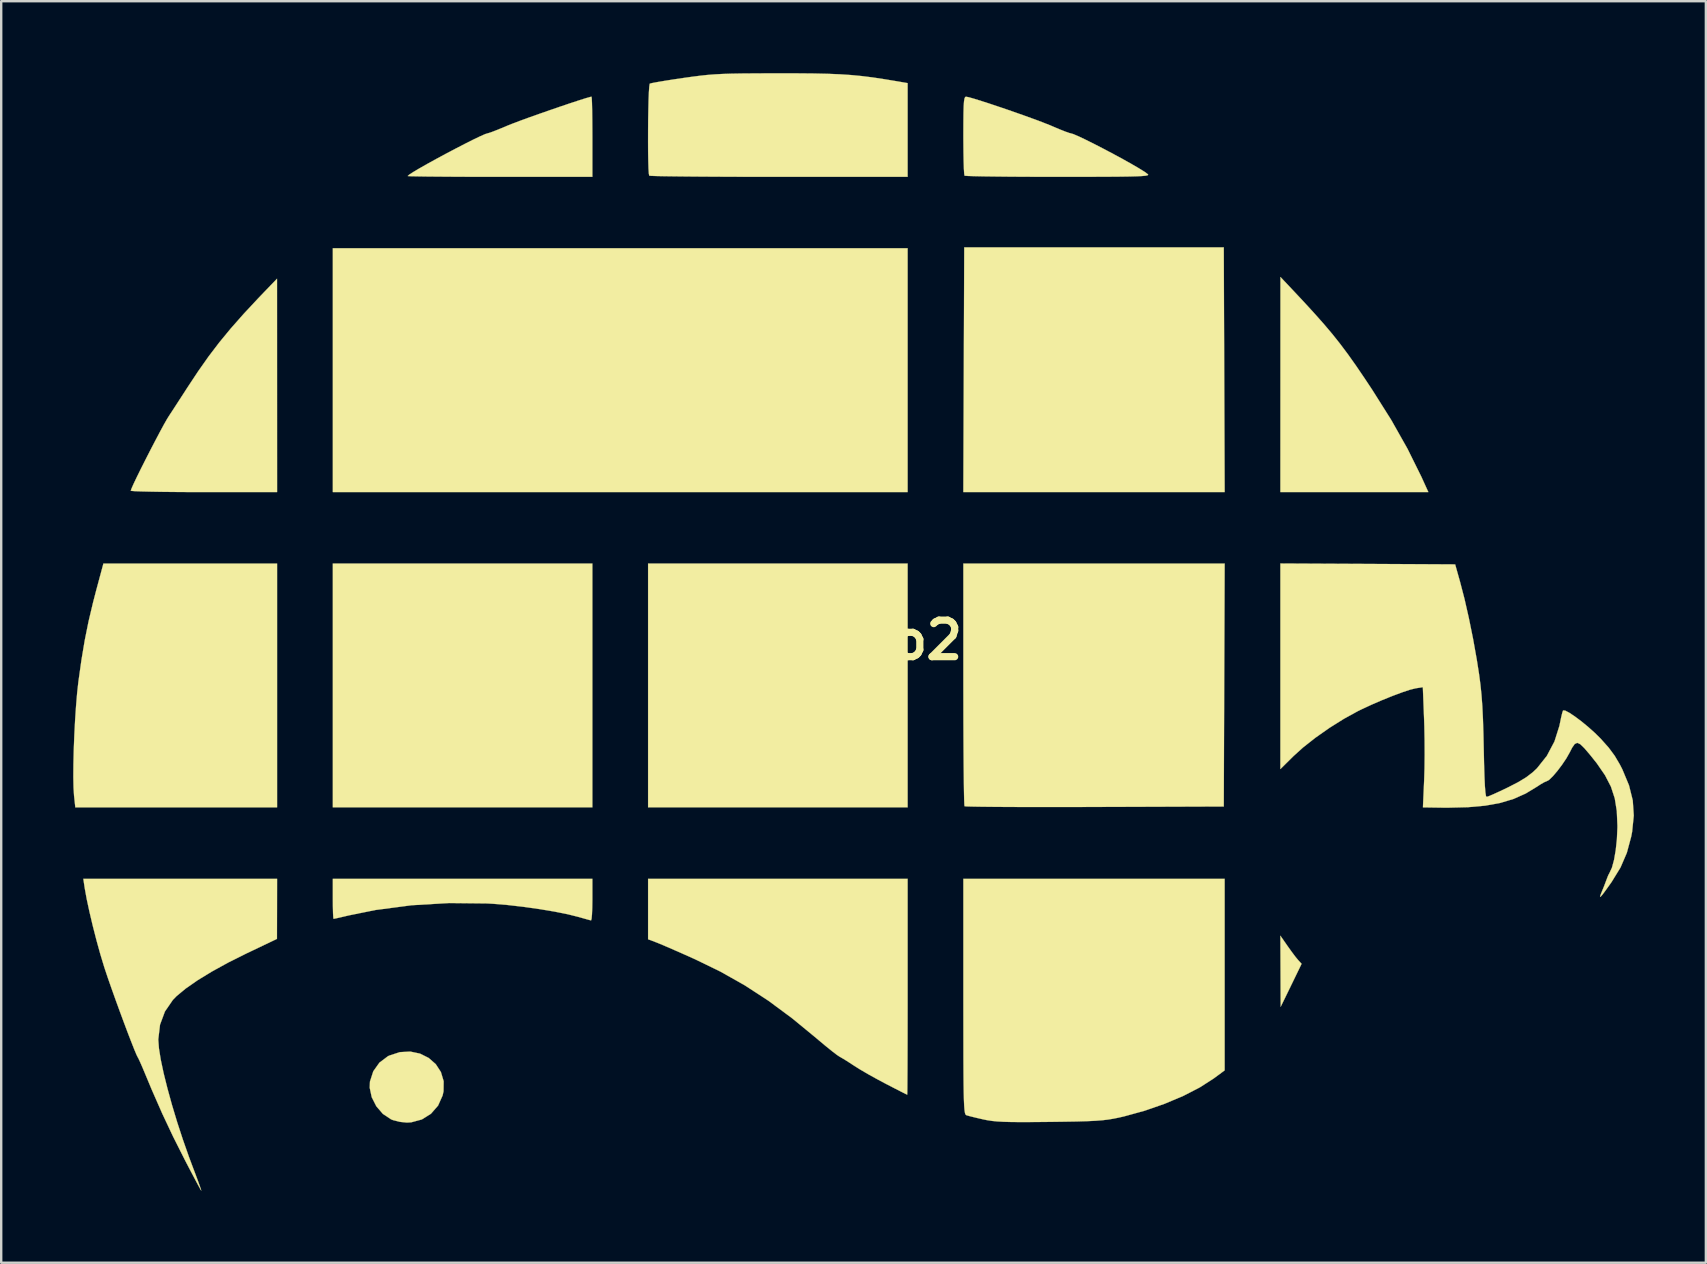
<source format=kicad_pcb>
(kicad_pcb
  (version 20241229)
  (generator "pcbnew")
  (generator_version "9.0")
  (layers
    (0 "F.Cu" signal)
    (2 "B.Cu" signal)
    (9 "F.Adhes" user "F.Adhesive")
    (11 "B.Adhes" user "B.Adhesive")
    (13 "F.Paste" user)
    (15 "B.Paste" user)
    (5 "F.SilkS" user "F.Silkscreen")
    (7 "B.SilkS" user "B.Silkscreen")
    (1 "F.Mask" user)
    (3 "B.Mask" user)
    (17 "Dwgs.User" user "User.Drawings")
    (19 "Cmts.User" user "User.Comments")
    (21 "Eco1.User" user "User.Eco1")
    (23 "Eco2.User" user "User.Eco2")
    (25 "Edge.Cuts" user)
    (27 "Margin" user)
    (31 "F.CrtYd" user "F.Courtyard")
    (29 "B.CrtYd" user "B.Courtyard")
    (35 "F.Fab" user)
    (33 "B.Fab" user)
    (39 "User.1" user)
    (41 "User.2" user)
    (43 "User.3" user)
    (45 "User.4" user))
  (footprint "biglogo2"
    (layer "F.Cu")
    (at 32.08 23.621)
    (property "Reference" "biglogo2" (at 0 0 0) (layer "F.SilkS") (effects (font (size 1.524 1.524) (thickness 0.3))))
    (attr through_hole)
    (fp_poly (pts (xy -10.45 6.967) (xy -21.263 6.967) (xy -21.263 -3.193) (xy -10.45 -3.193) (xy -10.45 6.967)) (stroke (width 0.01) (type solid)) (fill yes) (layer "F.SilkS"))
    (fp_poly (pts (xy 2.685 -6.169) (xy -21.263 -6.169) (xy -21.263 -16.329) (xy 2.685 -16.329) (xy 2.685 -6.169)) (stroke (width 0.01) (type solid)) (fill yes) (layer "F.SilkS"))
    (fp_poly (pts (xy 2.685 6.967) (xy -8.128 6.967) (xy -8.128 -3.193) (xy 2.685 -3.193) (xy 2.685 6.967)) (stroke (width 0.01) (type solid)) (fill yes) (layer "F.SilkS"))
    (fp_poly (pts (xy 15.894 -6.169) (xy 5.006 -6.169) (xy 5.044 -16.365) (xy 15.857 -16.365) (xy 15.894 -6.169)) (stroke (width 0.01) (type solid)) (fill yes) (layer "F.SilkS"))
    (fp_poly (pts (xy 18.513 12.742) (xy 18.685 12.982) (xy 18.844 13.194) (xy 18.955 13.328) (xy 19.099 13.485) (xy 18.664 14.381) (xy 18.228 15.276) (xy 18.222 13.795) (xy 18.215 12.313) (xy 18.513 12.742)) (stroke (width 0.01) (type solid)) (fill yes) (layer "F.SilkS"))
    (fp_poly (pts (xy 18.598 -14.729) (xy 19.149 -14.142) (xy 19.615 -13.634) (xy 20.017 -13.182) (xy 20.372 -12.763) (xy 20.699 -12.352) (xy 21.017 -11.928) (xy 21.345 -11.467) (xy 21.701 -10.944) (xy 22.043 -10.429) (xy 22.833 -9.176) (xy 23.511 -7.975) (xy 24.093 -6.8) (xy 24.124 -6.731) (xy 24.38 -6.169) (xy 18.215 -6.169) (xy 18.218 -15.131) (xy 18.598 -14.729)) (stroke (width 0.01) (type solid)) (fill yes) (layer "F.SilkS"))
    (fp_poly (pts (xy -23.586 6.967) (xy -31.992 6.967) (xy -32.045 6.477) (xy -32.066 6.149) (xy -32.075 5.705) (xy -32.071 5.173) (xy -32.057 4.582) (xy -32.033 3.96) (xy -32.001 3.335) (xy -31.961 2.737) (xy -31.915 2.193) (xy -31.865 1.74) (xy -31.736 0.823) (xy -31.598 -0.000386) (xy -31.44 -0.783) (xy -31.251 -1.578) (xy -31.119 -2.086) (xy -30.821 -3.193) (xy -23.586 -3.193) (xy -23.586 6.967)) (stroke (width 0.01) (type solid)) (fill yes) (layer "F.SilkS"))
    (fp_poly (pts (xy 15.875 1.869) (xy 15.857 6.931) (xy 10.481 6.949) (xy 9.61 6.952) (xy 8.782 6.953) (xy 8.008 6.952) (xy 7.299 6.951) (xy 6.667 6.948) (xy 6.123 6.944) (xy 5.678 6.939) (xy 5.345 6.933) (xy 5.134 6.927) (xy 5.056 6.919) (xy 5.048 6.84) (xy 5.04 6.628) (xy 5.033 6.294) (xy 5.027 5.851) (xy 5.021 5.309) (xy 5.016 4.682) (xy 5.012 3.98) (xy 5.009 3.216) (xy 5.008 2.402) (xy 5.007 1.838) (xy 5.007 -3.193) (xy 15.894 -3.193) (xy 15.875 1.869)) (stroke (width 0.01) (type solid)) (fill yes) (layer "F.SilkS"))
    (fp_poly (pts (xy -17.63 17.227) (xy -17.27 17.407) (xy -16.974 17.666) (xy -16.76 17.994) (xy -16.646 18.375) (xy -16.651 18.796) (xy -16.689 18.97) (xy -16.878 19.392) (xy -17.174 19.731) (xy -17.553 19.969) (xy -17.993 20.088) (xy -18.179 20.099) (xy -18.468 20.07) (xy -18.755 19.997) (xy -18.837 19.965) (xy -19.176 19.74) (xy -19.451 19.421) (xy -19.642 19.044) (xy -19.727 18.647) (xy -19.716 18.391) (xy -19.578 17.963) (xy -19.323 17.603) (xy -18.971 17.338) (xy -18.913 17.309) (xy -18.47 17.165) (xy -18.036 17.142) (xy -17.63 17.227)) (stroke (width 0.01) (type solid)) (fill yes) (layer "F.SilkS"))
    (fp_poly (pts (xy -10.45 10.813) (xy -10.455 11.148) (xy -10.466 11.422) (xy -10.483 11.607) (xy -10.504 11.676) (xy -10.505 11.676) (xy -10.598 11.653) (xy -10.788 11.6) (xy -11.031 11.531) (xy -11.479 11.419) (xy -12.035 11.308) (xy -12.66 11.204) (xy -13.316 11.111) (xy -13.966 11.036) (xy -14.572 10.985) (xy -14.828 10.97) (xy -16.418 10.953) (xy -17.98 11.045) (xy -19.487 11.243) (xy -20.598 11.468) (xy -20.875 11.533) (xy -21.093 11.583) (xy -21.217 11.609) (xy -21.233 11.611) (xy -21.245 11.544) (xy -21.255 11.359) (xy -21.261 11.087) (xy -21.263 10.777) (xy -21.263 9.942) (xy -10.45 9.942) (xy -10.45 10.813)) (stroke (width 0.01) (type solid)) (fill yes) (layer "F.SilkS"))
    (fp_poly (pts (xy -23.587 -10.614) (xy -23.586 -6.169) (xy -26.634 -6.169) (xy -27.283 -6.17) (xy -27.885 -6.174) (xy -28.425 -6.18) (xy -28.887 -6.188) (xy -29.258 -6.197) (xy -29.521 -6.208) (xy -29.662 -6.22) (xy -29.682 -6.227) (xy -29.649 -6.321) (xy -29.56 -6.521) (xy -29.425 -6.804) (xy -29.256 -7.147) (xy -29.064 -7.528) (xy -28.861 -7.925) (xy -28.658 -8.315) (xy -28.467 -8.676) (xy -28.3 -8.985) (xy -28.166 -9.22) (xy -28.099 -9.328) (xy -27.942 -9.568) (xy -27.736 -9.885) (xy -27.508 -10.236) (xy -27.323 -10.523) (xy -26.872 -11.205) (xy -26.436 -11.824) (xy -25.99 -12.409) (xy -25.512 -12.989) (xy -24.978 -13.594) (xy -24.365 -14.251) (xy -24.113 -14.514) (xy -23.588 -15.059) (xy -23.587 -10.614)) (stroke (width 0.01) (type solid)) (fill yes) (layer "F.SilkS"))
    (fp_poly (pts (xy 2.685 14.442) (xy 2.685 15.235) (xy 2.684 15.983) (xy 2.683 16.675) (xy 2.681 17.297) (xy 2.679 17.838) (xy 2.676 18.284) (xy 2.674 18.625) (xy 2.671 18.846) (xy 2.667 18.937) (xy 2.667 18.938) (xy 2.6 18.906) (xy 2.427 18.819) (xy 2.175 18.69) (xy 1.866 18.53) (xy 1.778 18.485) (xy 1.407 18.287) (xy 1.037 18.082) (xy 0.712 17.892) (xy 0.474 17.743) (xy 0.472 17.742) (xy 0.226 17.581) (xy 0.004 17.442) (xy -0.145 17.357) (xy -0.266 17.276) (xy -0.47 17.12) (xy -0.73 16.91) (xy -1.021 16.667) (xy -1.089 16.608) (xy -2.118 15.761) (xy -3.112 15.025) (xy -4.101 14.381) (xy -5.115 13.809) (xy -6.182 13.29) (xy -6.205 13.28) (xy -6.623 13.093) (xy -7.02 12.918) (xy -7.367 12.767) (xy -7.636 12.653) (xy -7.783 12.593) (xy -8.128 12.463) (xy -8.128 9.942) (xy 2.685 9.942) (xy 2.685 14.442)) (stroke (width 0.01) (type solid)) (fill yes) (layer "F.SilkS"))
    (fp_poly (pts (xy 15.893 17.925) (xy 15.44 18.26) (xy 14.863 18.631) (xy 14.171 18.988) (xy 13.394 19.316) (xy 12.563 19.605) (xy 11.706 19.841) (xy 11.479 19.893) (xy 11.255 19.938) (xy 11.033 19.975) (xy 10.79 20.003) (xy 10.506 20.025) (xy 10.159 20.041) (xy 9.729 20.054) (xy 9.194 20.063) (xy 8.6 20.071) (xy 7.953 20.077) (xy 7.431 20.079) (xy 7.014 20.076) (xy 6.683 20.067) (xy 6.416 20.052) (xy 6.196 20.03) (xy 6 20) (xy 5.838 19.967) (xy 5.55 19.901) (xy 5.306 19.841) (xy 5.151 19.798) (xy 5.131 19.791) (xy 5.106 19.774) (xy 5.085 19.736) (xy 5.068 19.666) (xy 5.053 19.554) (xy 5.041 19.391) (xy 5.031 19.165) (xy 5.023 18.868) (xy 5.017 18.488) (xy 5.013 18.015) (xy 5.01 17.439) (xy 5.009 16.751) (xy 5.008 15.939) (xy 5.007 14.994) (xy 5.007 14.843) (xy 5.007 9.942) (xy 15.893 9.942) (xy 15.893 17.925)) (stroke (width 0.01) (type solid)) (fill yes) (layer "F.SilkS"))
    (fp_poly (pts (xy -10.475 -22.573) (xy -10.466 -22.379) (xy -10.459 -22.08) (xy -10.454 -21.697) (xy -10.451 -21.25) (xy -10.45 -20.973) (xy -10.45 -19.304) (xy -14.297 -19.304) (xy -15.028 -19.305) (xy -15.715 -19.306) (xy -16.342 -19.309) (xy -16.897 -19.313) (xy -17.367 -19.317) (xy -17.737 -19.323) (xy -17.995 -19.328) (xy -18.128 -19.335) (xy -18.143 -19.337) (xy -18.081 -19.394) (xy -17.911 -19.505) (xy -17.653 -19.658) (xy -17.327 -19.843) (xy -16.955 -20.048) (xy -16.557 -20.263) (xy -16.155 -20.475) (xy -15.77 -20.674) (xy -15.421 -20.85) (xy -15.131 -20.989) (xy -14.919 -21.083) (xy -14.807 -21.118) (xy -14.805 -21.118) (xy -14.712 -21.145) (xy -14.515 -21.219) (xy -14.247 -21.327) (xy -13.987 -21.436) (xy -13.769 -21.523) (xy -13.461 -21.639) (xy -13.087 -21.776) (xy -12.669 -21.924) (xy -12.231 -22.077) (xy -11.796 -22.227) (xy -11.387 -22.365) (xy -11.028 -22.483) (xy -10.741 -22.574) (xy -10.551 -22.629) (xy -10.485 -22.642) (xy -10.475 -22.573)) (stroke (width 0.01) (type solid)) (fill yes) (layer "F.SilkS"))
    (fp_poly (pts (xy -1.918 -23.615) (xy -1.236 -23.609) (xy -0.649 -23.596) (xy -0.134 -23.575) (xy 0.334 -23.544) (xy 0.781 -23.501) (xy 1.229 -23.445) (xy 1.705 -23.373) (xy 2.232 -23.286) (xy 2.685 -23.208) (xy 2.685 -19.304) (xy -2.673 -19.304) (xy -3.542 -19.305) (xy -4.369 -19.306) (xy -5.141 -19.309) (xy -5.849 -19.313) (xy -6.479 -19.318) (xy -7.022 -19.324) (xy -7.464 -19.33) (xy -7.796 -19.337) (xy -8.005 -19.345) (xy -8.08 -19.352) (xy -8.097 -19.44) (xy -8.111 -19.648) (xy -8.12 -19.953) (xy -8.127 -20.331) (xy -8.129 -20.759) (xy -8.128 -21.214) (xy -8.125 -21.671) (xy -8.117 -22.108) (xy -8.108 -22.5) (xy -8.095 -22.825) (xy -8.079 -23.058) (xy -8.062 -23.177) (xy -8.056 -23.186) (xy -7.964 -23.21) (xy -7.752 -23.25) (xy -7.445 -23.302) (xy -7.066 -23.362) (xy -6.659 -23.422) (xy -6.296 -23.473) (xy -5.974 -23.514) (xy -5.673 -23.547) (xy -5.37 -23.571) (xy -5.042 -23.589) (xy -4.667 -23.601) (xy -4.223 -23.609) (xy -3.689 -23.613) (xy -3.04 -23.616) (xy -2.721 -23.616) (xy -1.918 -23.615)) (stroke (width 0.01) (type solid)) (fill yes) (layer "F.SilkS"))
    (fp_poly (pts (xy 5.236 -22.619) (xy 5.468 -22.553) (xy 5.79 -22.452) (xy 6.178 -22.326) (xy 6.61 -22.181) (xy 7.06 -22.026) (xy 7.507 -21.869) (xy 7.927 -21.717) (xy 8.297 -21.579) (xy 8.593 -21.462) (xy 8.703 -21.416) (xy 8.997 -21.291) (xy 9.246 -21.192) (xy 9.417 -21.131) (xy 9.472 -21.118) (xy 9.589 -21.084) (xy 9.809 -20.99) (xy 10.109 -20.847) (xy 10.468 -20.668) (xy 10.861 -20.465) (xy 11.267 -20.25) (xy 11.664 -20.035) (xy 12.027 -19.831) (xy 12.335 -19.651) (xy 12.565 -19.508) (xy 12.695 -19.411) (xy 12.697 -19.409) (xy 12.707 -19.386) (xy 12.676 -19.366) (xy 12.596 -19.35) (xy 12.455 -19.337) (xy 12.242 -19.326) (xy 11.947 -19.318) (xy 11.559 -19.312) (xy 11.068 -19.308) (xy 10.462 -19.306) (xy 9.732 -19.304) (xy 8.954 -19.304) (xy 8.22 -19.305) (xy 7.53 -19.307) (xy 6.897 -19.311) (xy 6.336 -19.317) (xy 5.86 -19.323) (xy 5.482 -19.331) (xy 5.215 -19.339) (xy 5.075 -19.348) (xy 5.056 -19.352) (xy 5.042 -19.436) (xy 5.029 -19.643) (xy 5.019 -19.953) (xy 5.012 -20.344) (xy 5.008 -20.794) (xy 5.007 -21.022) (xy 5.009 -21.554) (xy 5.013 -21.958) (xy 5.021 -22.251) (xy 5.035 -22.448) (xy 5.055 -22.568) (xy 5.083 -22.627) (xy 5.116 -22.642) (xy 5.236 -22.619)) (stroke (width 0.01) (type solid)) (fill yes) (layer "F.SilkS"))
    (fp_poly (pts (xy -23.588 11.194) (xy -23.591 12.446) (xy -24.877 13.06) (xy -25.627 13.435) (xy -26.306 13.809) (xy -26.9 14.172) (xy -27.393 14.515) (xy -27.771 14.828) (xy -27.926 14.987) (xy -28.259 15.472) (xy -28.463 16.021) (xy -28.535 16.628) (xy -28.535 16.655) (xy -28.508 17.008) (xy -28.433 17.475) (xy -28.314 18.036) (xy -28.156 18.67) (xy -27.967 19.357) (xy -27.75 20.077) (xy -27.511 20.808) (xy -27.257 21.531) (xy -27.12 21.898) (xy -26.985 22.255) (xy -26.872 22.559) (xy -26.791 22.786) (xy -26.749 22.913) (xy -26.746 22.933) (xy -26.784 22.871) (xy -26.878 22.701) (xy -27.017 22.44) (xy -27.192 22.109) (xy -27.391 21.728) (xy -27.415 21.681) (xy -27.913 20.694) (xy -28.366 19.734) (xy -28.805 18.735) (xy -29.067 18.107) (xy -29.188 17.818) (xy -29.292 17.579) (xy -29.366 17.421) (xy -29.389 17.381) (xy -29.442 17.276) (xy -29.534 17.056) (xy -29.658 16.742) (xy -29.807 16.357) (xy -29.971 15.92) (xy -30.143 15.455) (xy -30.315 14.983) (xy -30.478 14.526) (xy -30.626 14.104) (xy -30.748 13.741) (xy -30.792 13.606) (xy -30.949 13.088) (xy -31.109 12.509) (xy -31.264 11.905) (xy -31.403 11.317) (xy -31.518 10.784) (xy -31.598 10.343) (xy -31.607 10.287) (xy -31.658 9.942) (xy -23.586 9.942) (xy -23.588 11.194)) (stroke (width 0.01) (type solid)) (fill yes) (layer "F.SilkS"))
    (fp_poly (pts (xy 21.856 -3.176) (xy 25.497 -3.157) (xy 25.701 -2.431) (xy 25.886 -1.72) (xy 26.07 -0.91) (xy 26.245 -0.047) (xy 26.4 0.822) (xy 26.493 1.415) (xy 26.549 1.841) (xy 26.594 2.276) (xy 26.629 2.748) (xy 26.655 3.286) (xy 26.675 3.919) (xy 26.688 4.518) (xy 26.702 5.173) (xy 26.718 5.691) (xy 26.736 6.078) (xy 26.757 6.342) (xy 26.781 6.49) (xy 26.806 6.531) (xy 26.899 6.501) (xy 27.095 6.418) (xy 27.364 6.295) (xy 27.679 6.144) (xy 27.701 6.134) (xy 28.131 5.912) (xy 28.461 5.711) (xy 28.726 5.508) (xy 28.905 5.34) (xy 29.315 4.825) (xy 29.634 4.223) (xy 29.841 3.57) (xy 29.859 3.482) (xy 29.912 3.225) (xy 29.959 3.028) (xy 29.992 2.932) (xy 29.994 2.929) (xy 30.083 2.936) (xy 30.255 3.026) (xy 30.487 3.181) (xy 30.757 3.383) (xy 31.041 3.617) (xy 31.318 3.865) (xy 31.556 4.1) (xy 31.888 4.472) (xy 32.143 4.815) (xy 32.362 5.186) (xy 32.463 5.384) (xy 32.74 6.048) (xy 32.897 6.677) (xy 32.939 7.311) (xy 32.87 7.987) (xy 32.832 8.185) (xy 32.65 8.861) (xy 32.388 9.469) (xy 32.02 10.069) (xy 31.993 10.108) (xy 31.774 10.415) (xy 31.63 10.608) (xy 31.552 10.694) (xy 31.534 10.681) (xy 31.569 10.575) (xy 31.605 10.487) (xy 31.704 10.245) (xy 31.79 10.017) (xy 31.804 9.979) (xy 31.873 9.802) (xy 31.932 9.688) (xy 32.03 9.478) (xy 32.117 9.155) (xy 32.187 8.749) (xy 32.236 8.294) (xy 32.257 7.821) (xy 32.258 7.729) (xy 32.232 7.121) (xy 32.147 6.591) (xy 31.988 6.105) (xy 31.742 5.629) (xy 31.397 5.128) (xy 31.121 4.782) (xy 30.883 4.503) (xy 30.711 4.336) (xy 30.583 4.278) (xy 30.478 4.327) (xy 30.372 4.478) (xy 30.27 4.677) (xy 30.131 4.923) (xy 29.953 5.188) (xy 29.759 5.445) (xy 29.572 5.665) (xy 29.414 5.819) (xy 29.309 5.878) (xy 29.307 5.878) (xy 29.212 5.917) (xy 29.043 6.015) (xy 28.913 6.101) (xy 28.438 6.389) (xy 27.932 6.615) (xy 27.376 6.782) (xy 26.747 6.896) (xy 26.027 6.96) (xy 25.194 6.98) (xy 24.905 6.978) (xy 24.155 6.967) (xy 24.206 5.821) (xy 24.221 5.34) (xy 24.227 4.772) (xy 24.224 4.171) (xy 24.213 3.595) (xy 24.204 3.317) (xy 24.151 1.96) (xy 23.85 2.007) (xy 23.619 2.064) (xy 23.288 2.174) (xy 22.888 2.323) (xy 22.45 2.5) (xy 22.004 2.693) (xy 21.581 2.89) (xy 21.437 2.961) (xy 20.861 3.278) (xy 20.262 3.653) (xy 19.682 4.06) (xy 19.161 4.47) (xy 18.766 4.827) (xy 18.215 5.372) (xy 18.215 -3.194) (xy 21.856 -3.176)) (stroke (width 0.01) (type solid)) (fill yes) (layer "F.SilkS")))
  (gr_rect
    (start -3 -3)
    (end 68.023 49.559)
    (stroke (width 0.1) (type default))
    (fill no)
    (layer "Edge.Cuts")))
</source>
